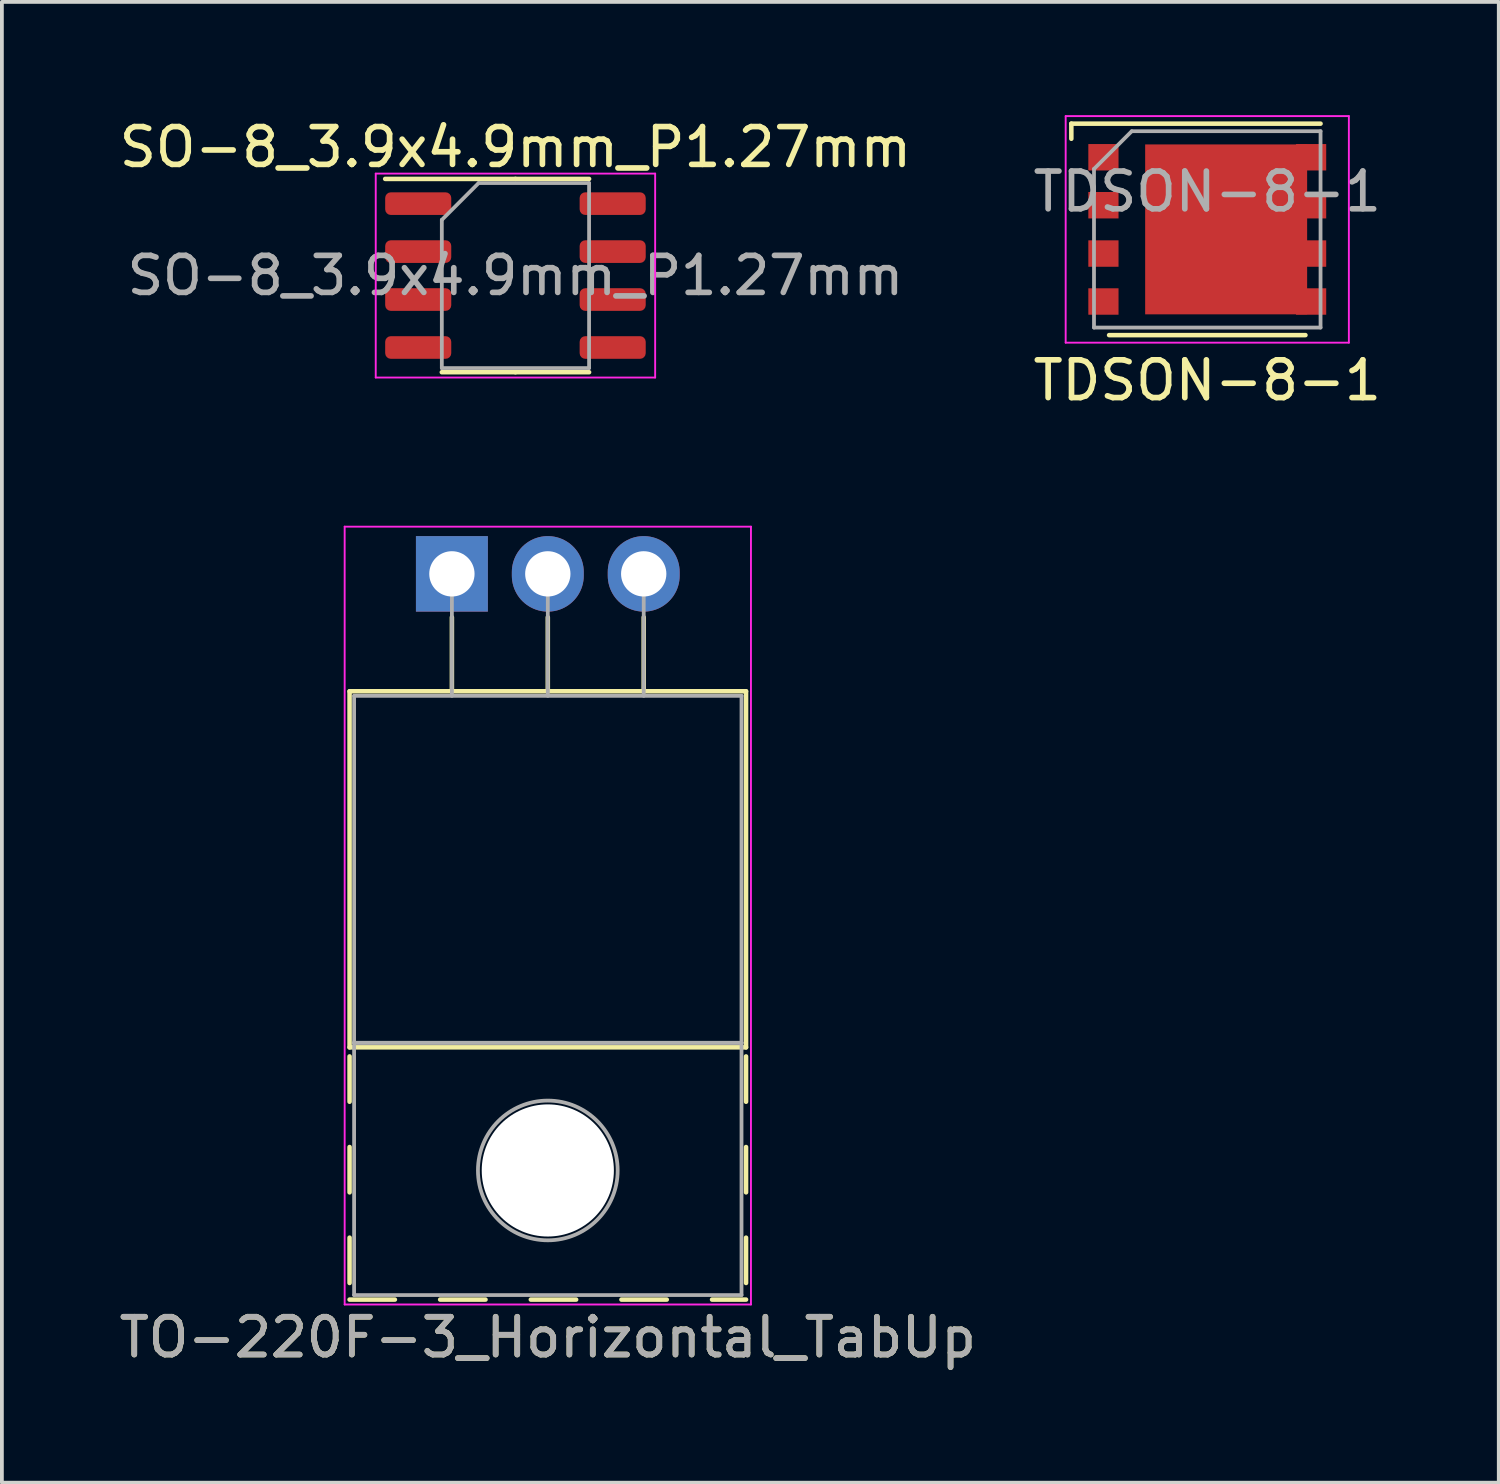
<source format=kicad_pcb>
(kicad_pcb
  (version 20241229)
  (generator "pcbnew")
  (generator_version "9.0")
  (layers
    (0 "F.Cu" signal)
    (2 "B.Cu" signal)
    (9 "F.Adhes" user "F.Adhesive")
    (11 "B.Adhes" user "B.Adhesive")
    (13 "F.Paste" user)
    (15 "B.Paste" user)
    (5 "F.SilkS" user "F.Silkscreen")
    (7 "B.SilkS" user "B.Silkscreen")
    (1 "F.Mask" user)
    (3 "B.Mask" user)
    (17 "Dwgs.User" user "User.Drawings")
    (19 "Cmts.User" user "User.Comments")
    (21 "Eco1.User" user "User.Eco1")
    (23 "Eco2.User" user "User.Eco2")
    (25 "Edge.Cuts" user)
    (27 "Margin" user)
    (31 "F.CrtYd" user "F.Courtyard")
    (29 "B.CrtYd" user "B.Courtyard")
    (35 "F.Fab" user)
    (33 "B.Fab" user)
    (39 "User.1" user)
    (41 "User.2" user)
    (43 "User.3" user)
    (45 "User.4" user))
  (footprint "TO-220F-3_Horizontal_TabUp"
    (layer "F.Cu")
    (at 8.918 12.148)
    (property "Reference" "TO-220F-3_Horizontal_TabUp" (at 2.54 20.22 0) (layer "F.SilkS") (effects (font (size 1 1) (thickness 0.15))))
    (attr through_hole)
    (fp_line (start -2.71 3.11) (end -2.71 12.54) (stroke (width 0.12) (type solid)) (layer "F.SilkS"))
    (fp_line (start -2.71 3.11) (end 7.79 3.11) (stroke (width 0.12) (type solid)) (layer "F.SilkS"))
    (fp_line (start -2.71 12.54) (end 7.79 12.54) (stroke (width 0.12) (type solid)) (layer "F.SilkS"))
    (fp_line (start -2.71 12.78) (end -2.71 13.98) (stroke (width 0.12) (type solid)) (layer "F.SilkS"))
    (fp_line (start -2.71 15.18) (end -2.71 16.38) (stroke (width 0.12) (type solid)) (layer "F.SilkS"))
    (fp_line (start -2.71 17.58) (end -2.71 18.78) (stroke (width 0.12) (type solid)) (layer "F.SilkS"))
    (fp_line (start -2.71 19.22) (end -1.51 19.22) (stroke (width 0.12) (type solid)) (layer "F.SilkS"))
    (fp_line (start -0.311 19.22) (end 0.89 19.22) (stroke (width 0.12) (type solid)) (layer "F.SilkS"))
    (fp_line (start 0 1.15) (end 0 3.11) (stroke (width 0.12) (type solid)) (layer "F.SilkS"))
    (fp_line (start 2.09 19.22) (end 3.29 19.22) (stroke (width 0.12) (type solid)) (layer "F.SilkS"))
    (fp_line (start 2.54 1.15) (end 2.54 3.11) (stroke (width 0.12) (type solid)) (layer "F.SilkS"))
    (fp_line (start 4.49 19.22) (end 5.69 19.22) (stroke (width 0.12) (type solid)) (layer "F.SilkS"))
    (fp_line (start 5.08 1.15) (end 5.08 3.11) (stroke (width 0.12) (type solid)) (layer "F.SilkS"))
    (fp_line (start 6.89 19.22) (end 7.79 19.22) (stroke (width 0.12) (type solid)) (layer "F.SilkS"))
    (fp_line (start 7.79 3.11) (end 7.79 12.54) (stroke (width 0.12) (type solid)) (layer "F.SilkS"))
    (fp_line (start 7.79 12.78) (end 7.79 13.98) (stroke (width 0.12) (type solid)) (layer "F.SilkS"))
    (fp_line (start 7.79 15.18) (end 7.79 16.38) (stroke (width 0.12) (type solid)) (layer "F.SilkS"))
    (fp_line (start 7.79 17.58) (end 7.79 18.78) (stroke (width 0.12) (type solid)) (layer "F.SilkS"))
    (fp_line (start -2.84 -1.25) (end -2.84 19.35) (stroke (width 0.05) (type solid)) (layer "F.CrtYd"))
    (fp_line (start -2.84 19.35) (end 7.92 19.35) (stroke (width 0.05) (type solid)) (layer "F.CrtYd"))
    (fp_line (start 7.92 -1.25) (end -2.84 -1.25) (stroke (width 0.05) (type solid)) (layer "F.CrtYd"))
    (fp_line (start 7.92 19.35) (end 7.92 -1.25) (stroke (width 0.05) (type solid)) (layer "F.CrtYd"))
    (fp_line (start -2.59 3.23) (end -2.59 12.42) (stroke (width 0.1) (type solid)) (layer "F.Fab"))
    (fp_line (start -2.59 12.42) (end -2.59 19.1) (stroke (width 0.1) (type solid)) (layer "F.Fab"))
    (fp_line (start -2.59 12.42) (end 7.67 12.42) (stroke (width 0.1) (type solid)) (layer "F.Fab"))
    (fp_line (start -2.59 19.1) (end 7.67 19.1) (stroke (width 0.1) (type solid)) (layer "F.Fab"))
    (fp_line (start 0 3.23) (end 0 0) (stroke (width 0.1) (type solid)) (layer "F.Fab"))
    (fp_line (start 2.54 3.23) (end 2.54 0) (stroke (width 0.1) (type solid)) (layer "F.Fab"))
    (fp_line (start 5.08 3.23) (end 5.08 0) (stroke (width 0.1) (type solid)) (layer "F.Fab"))
    (fp_line (start 7.67 3.23) (end -2.59 3.23) (stroke (width 0.1) (type solid)) (layer "F.Fab"))
    (fp_line (start 7.67 12.42) (end -2.59 12.42) (stroke (width 0.1) (type solid)) (layer "F.Fab"))
    (fp_line (start 7.67 12.42) (end 7.67 3.23) (stroke (width 0.1) (type solid)) (layer "F.Fab"))
    (fp_line (start 7.67 19.1) (end 7.67 12.42) (stroke (width 0.1) (type solid)) (layer "F.Fab"))
    (fp_circle (center 2.54 15.8) (end 4.39 15.8) (stroke (width 0.1) (type solid)) (fill no) (layer "F.Fab"))
    (fp_text user "${REFERENCE}" (at 2.54 20.22 0) (layer "F.Fab") (effects (font (size 1 1) (thickness 0.15))))
    (pad "" np_thru_hole oval (at 2.54 15.8) (size 3.5 3.5) (drill 3.5) (layers "*.Cu" "*.Mask"))
    (pad "1" thru_hole rect (at 0 0) (size 1.905 2) (drill 1.2) (layers "*.Cu" "*.Mask"))
    (pad "2" thru_hole oval (at 2.54 0) (size 1.905 2) (drill 1.2) (layers "*.Cu" "*.Mask"))
    (pad "3" thru_hole oval (at 5.08 0) (size 1.905 2) (drill 1.2) (layers "*.Cu" "*.Mask")))
  (footprint "TDSON-8-1"
    (layer "F.Cu")
    (at 28.923 3.025)
    (property "Reference" "TDSON-8-1" (at 0 4 0) (layer "F.SilkS") (effects (font (size 1 1) (thickness 0.15))))
    (attr smd)
    (fp_line (start -3.6 -2.8) (end -3.6 -2.4) (stroke (width 0.12) (type solid)) (layer "F.SilkS"))
    (fp_line (start 2.6 2.8) (end -2.6 2.8) (stroke (width 0.12) (type solid)) (layer "F.SilkS"))
    (fp_line (start 3 -2.8) (end -3.6 -2.8) (stroke (width 0.12) (type solid)) (layer "F.SilkS"))
    (fp_line (start -3.75 -3) (end -3.75 3) (stroke (width 0.05) (type solid)) (layer "F.CrtYd"))
    (fp_line (start -3.75 3) (end 3.75 3) (stroke (width 0.05) (type solid)) (layer "F.CrtYd"))
    (fp_line (start 3.75 -3) (end -3.75 -3) (stroke (width 0.05) (type solid)) (layer "F.CrtYd"))
    (fp_line (start 3.75 3) (end 3.75 -3) (stroke (width 0.05) (type solid)) (layer "F.CrtYd"))
    (fp_line (start -3 2.6) (end -3 -1.6) (stroke (width 0.1) (type solid)) (layer "F.Fab"))
    (fp_line (start -2 -2.6) (end -3 -1.6) (stroke (width 0.1) (type solid)) (layer "F.Fab"))
    (fp_line (start -2 -2.6) (end 3 -2.6) (stroke (width 0.1) (type solid)) (layer "F.Fab"))
    (fp_line (start 3 -2.6) (end 3 2.6) (stroke (width 0.1) (type solid)) (layer "F.Fab"))
    (fp_line (start 3 2.6) (end -3 2.6) (stroke (width 0.1) (type solid)) (layer "F.Fab"))
    (fp_text user "${REFERENCE}" (at 0 -1 0) (layer "F.Fab") (effects (font (size 1 1) (thickness 0.15))))
    (pad "1" smd rect (at -2.75 -1.91 270) (size 0.7 0.8) (layers "F.Cu" "F.Mask" "F.Paste"))
    (pad "1" smd rect (at -2.75 -0.64 270) (size 0.7 0.8) (layers "F.Cu" "F.Mask" "F.Paste"))
    (pad "1" smd rect (at -2.75 0.64 270) (size 0.7 0.8) (layers "F.Cu" "F.Mask" "F.Paste"))
    (pad "2" smd rect (at -2.75 1.91 270) (size 0.7 0.8) (layers "F.Cu" "F.Mask" "F.Paste"))
    (pad "3" smd rect (at 0.5 0 270) (size 4.5 4.29) (layers "F.Cu" "F.Mask" "F.Paste"))
    (pad "3" smd rect (at 2.75 -1.91 270) (size 0.7 0.8) (layers "F.Cu" "F.Mask" "F.Paste"))
    (pad "3" smd rect (at 2.75 -0.64 270) (size 0.7 0.8) (layers "F.Cu" "F.Mask" "F.Paste"))
    (pad "3" smd rect (at 2.75 0.64 270) (size 0.7 0.8) (layers "F.Cu" "F.Mask" "F.Paste"))
    (pad "3" smd rect (at 2.75 1.91 270) (size 0.7 0.8) (layers "F.Cu" "F.Mask" "F.Paste")))
  (footprint "SO-8_3.9x4.9mm_P1.27mm"
    (layer "F.Cu")
    (at 10.601 4.248)
    (property "Reference" "SO-8_3.9x4.9mm_P1.27mm" (at 0 -3.4 0) (layer "F.SilkS") (effects (font (size 1 1) (thickness 0.15))))
    (attr smd)
    (fp_line (start 0 -2.56) (end -3.45 -2.56) (stroke (width 0.12) (type solid)) (layer "F.SilkS"))
    (fp_line (start 0 -2.56) (end 1.95 -2.56) (stroke (width 0.12) (type solid)) (layer "F.SilkS"))
    (fp_line (start 0 2.56) (end -1.95 2.56) (stroke (width 0.12) (type solid)) (layer "F.SilkS"))
    (fp_line (start 0 2.56) (end 1.95 2.56) (stroke (width 0.12) (type solid)) (layer "F.SilkS"))
    (fp_line (start -3.7 -2.7) (end -3.7 2.7) (stroke (width 0.05) (type solid)) (layer "F.CrtYd"))
    (fp_line (start -3.7 2.7) (end 3.7 2.7) (stroke (width 0.05) (type solid)) (layer "F.CrtYd"))
    (fp_line (start 3.7 -2.7) (end -3.7 -2.7) (stroke (width 0.05) (type solid)) (layer "F.CrtYd"))
    (fp_line (start 3.7 2.7) (end 3.7 -2.7) (stroke (width 0.05) (type solid)) (layer "F.CrtYd"))
    (fp_line (start -1.95 -1.475) (end -0.975 -2.45) (stroke (width 0.1) (type solid)) (layer "F.Fab"))
    (fp_line (start -1.95 2.45) (end -1.95 -1.475) (stroke (width 0.1) (type solid)) (layer "F.Fab"))
    (fp_line (start -0.975 -2.45) (end 1.95 -2.45) (stroke (width 0.1) (type solid)) (layer "F.Fab"))
    (fp_line (start 1.95 -2.45) (end 1.95 2.45) (stroke (width 0.1) (type solid)) (layer "F.Fab"))
    (fp_line (start 1.95 2.45) (end -1.95 2.45) (stroke (width 0.1) (type solid)) (layer "F.Fab"))
    (fp_text user "${REFERENCE}" (at 0 0 0) (layer "F.Fab") (effects (font (size 0.98 0.98) (thickness 0.15))))
    (pad "1" smd roundrect (at -2.575 -1.905) (size 1.75 0.6) (layers "F.Cu" "F.Mask" "F.Paste") (roundrect_rratio 0.25))
    (pad "2" smd roundrect (at -2.575 -0.635) (size 1.75 0.6) (layers "F.Cu" "F.Mask" "F.Paste") (roundrect_rratio 0.25))
    (pad "3" smd roundrect (at -2.575 0.635) (size 1.75 0.6) (layers "F.Cu" "F.Mask" "F.Paste") (roundrect_rratio 0.25))
    (pad "4" smd roundrect (at -2.575 1.905) (size 1.75 0.6) (layers "F.Cu" "F.Mask" "F.Paste") (roundrect_rratio 0.25))
    (pad "5" smd roundrect (at 2.575 1.905) (size 1.75 0.6) (layers "F.Cu" "F.Mask" "F.Paste") (roundrect_rratio 0.25))
    (pad "6" smd roundrect (at 2.575 0.635) (size 1.75 0.6) (layers "F.Cu" "F.Mask" "F.Paste") (roundrect_rratio 0.25))
    (pad "7" smd roundrect (at 2.575 -0.635) (size 1.75 0.6) (layers "F.Cu" "F.Mask" "F.Paste") (roundrect_rratio 0.25))
    (pad "8" smd roundrect (at 2.575 -1.905) (size 1.75 0.6) (layers "F.Cu" "F.Mask" "F.Paste") (roundrect_rratio 0.25)))
  (gr_rect
    (start -3 -3)
    (end 36.643 36.217)
    (stroke (width 0.1) (type default))
    (fill no)
    (layer "Edge.Cuts")))
</source>
